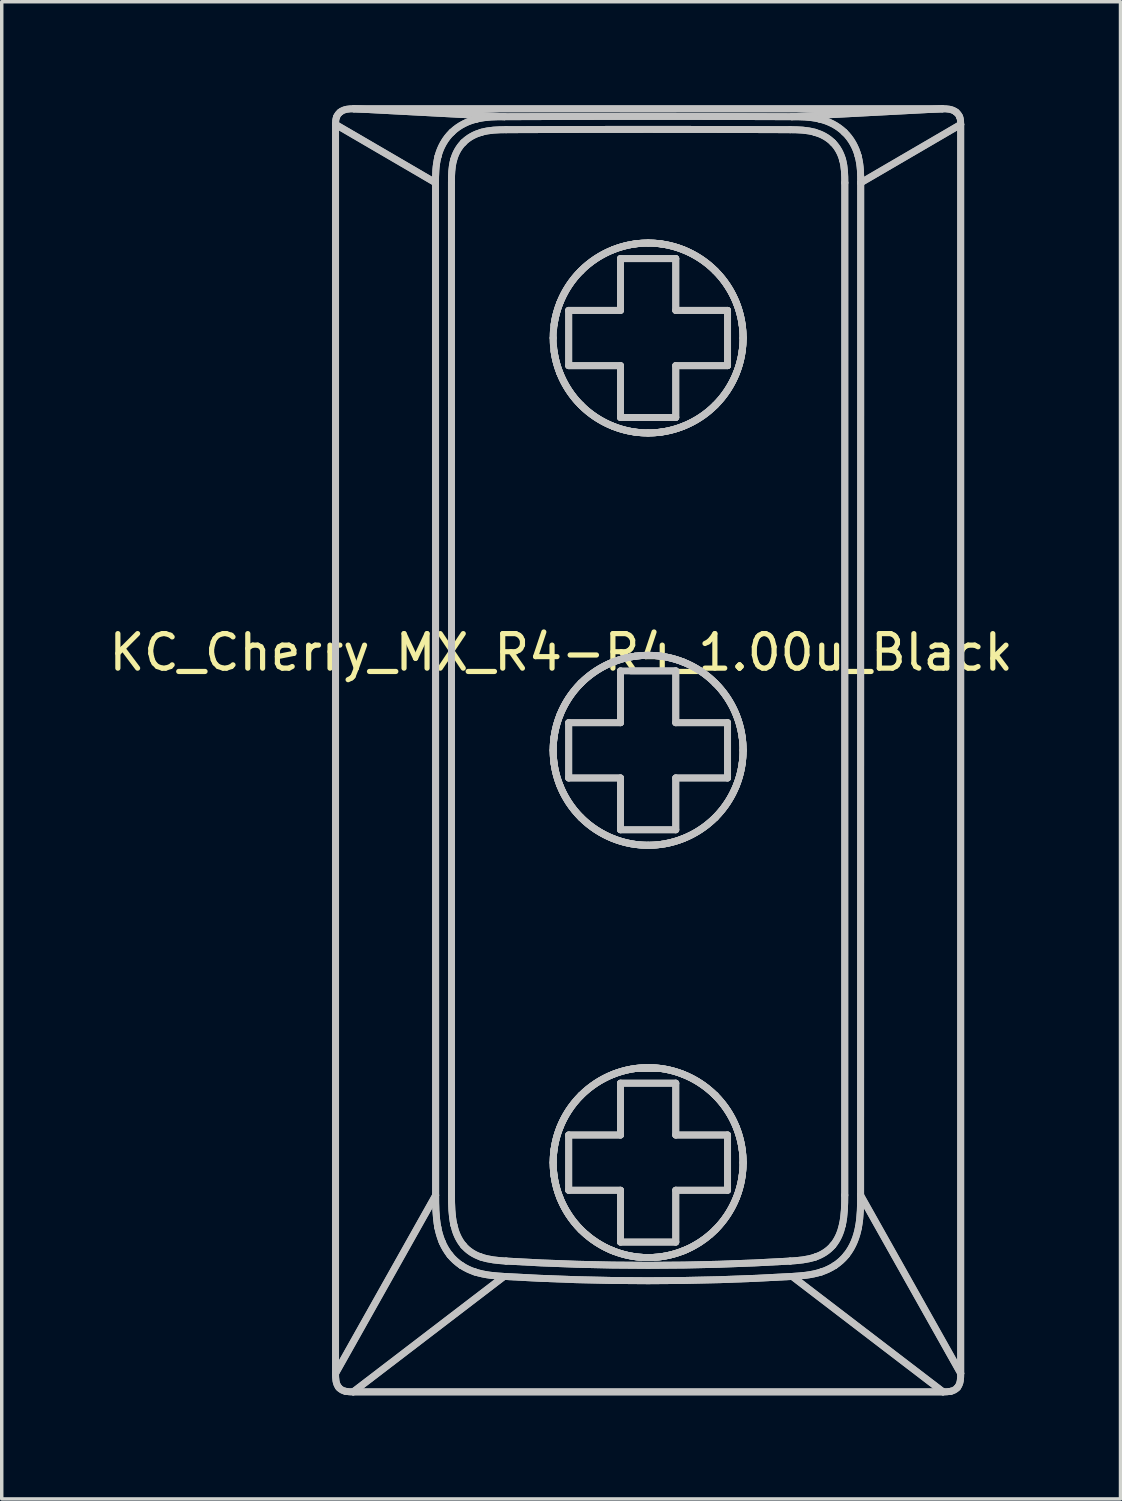
<source format=kicad_pcb>
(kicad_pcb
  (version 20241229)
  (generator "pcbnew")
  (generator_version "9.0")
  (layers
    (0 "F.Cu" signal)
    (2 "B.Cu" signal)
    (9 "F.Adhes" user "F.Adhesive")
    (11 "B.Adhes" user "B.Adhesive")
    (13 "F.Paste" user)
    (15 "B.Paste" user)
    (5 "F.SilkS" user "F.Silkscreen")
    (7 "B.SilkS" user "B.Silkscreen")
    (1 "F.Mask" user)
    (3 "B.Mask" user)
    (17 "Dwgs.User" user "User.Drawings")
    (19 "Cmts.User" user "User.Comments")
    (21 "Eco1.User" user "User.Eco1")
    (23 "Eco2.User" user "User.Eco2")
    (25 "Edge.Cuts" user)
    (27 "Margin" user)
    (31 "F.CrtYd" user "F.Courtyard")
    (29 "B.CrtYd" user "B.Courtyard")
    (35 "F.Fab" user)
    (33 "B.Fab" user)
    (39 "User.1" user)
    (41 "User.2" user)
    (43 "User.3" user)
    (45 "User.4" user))
  (footprint "KC_Cherry_MX_R4-R4_1.00u_Black"
    (layer "F.Cu")
    (at 15.736 18.635)
    (property "Reference" "KC_Cherry_MX_R4-R4_1.00u_Black" (at -2.54 -2.794 0) (layer "F.SilkS") (effects (font (size 1 1) (thickness 0.15))))
    (attr allow_missing_courtyard)
    (fp_line (start -9.07 -18.082) (end -9.07 18.081) (stroke (width 0.2) (type default)) (layer "Dwgs.User"))
    (fp_line (start -9.07 -18.082) (end -9.07 18.081) (stroke (width 0.2) (type default)) (layer "Dwgs.User"))
    (fp_line (start -9.07 -18.082) (end -6.175 -16.393) (stroke (width 0.2) (type default)) (layer "Dwgs.User"))
    (fp_line (start -9.07 -18.082) (end -6.175 -16.393) (stroke (width 0.2) (type default)) (layer "Dwgs.User"))
    (fp_line (start -9.07 18.081) (end -6.172 12.923) (stroke (width 0.2) (type default)) (layer "Dwgs.User"))
    (fp_line (start -9.07 18.081) (end -6.172 12.923) (stroke (width 0.2) (type default)) (layer "Dwgs.User"))
    (fp_line (start -8.56 18.615) (end -4.192 15.273) (stroke (width 0.2) (type default)) (layer "Dwgs.User"))
    (fp_line (start -8.56 18.615) (end -4.192 15.273) (stroke (width 0.2) (type default)) (layer "Dwgs.User"))
    (fp_line (start -8.56 18.615) (end 8.52 18.615) (stroke (width 0.2) (type default)) (layer "Dwgs.User"))
    (fp_line (start -8.56 18.615) (end 8.52 18.615) (stroke (width 0.2) (type default)) (layer "Dwgs.User"))
    (fp_line (start -8.539 -18.535) (end -4.181 -18.306) (stroke (width 0.2) (type default)) (layer "Dwgs.User"))
    (fp_line (start -8.539 -18.535) (end -4.181 -18.306) (stroke (width 0.2) (type default)) (layer "Dwgs.User"))
    (fp_line (start -6.172 12.923) (end -6.175 -16.393) (stroke (width 0.2) (type default)) (layer "Dwgs.User"))
    (fp_line (start -6.172 12.923) (end -6.175 -16.393) (stroke (width 0.2) (type default)) (layer "Dwgs.User"))
    (fp_line (start -5.713 12.921) (end -5.715 -16.395) (stroke (width 0.2) (type default)) (layer "Dwgs.User"))
    (fp_line (start -5.713 12.921) (end -5.715 -16.395) (stroke (width 0.2) (type default)) (layer "Dwgs.User"))
    (fp_line (start -2.32 -12.698) (end -0.82 -12.698) (stroke (width 0.2) (type default)) (layer "Dwgs.User"))
    (fp_line (start -2.32 -12.698) (end -0.82 -12.698) (stroke (width 0.2) (type default)) (layer "Dwgs.User"))
    (fp_line (start -2.32 -11.098) (end -2.32 -12.698) (stroke (width 0.2) (type default)) (layer "Dwgs.User"))
    (fp_line (start -2.32 -11.098) (end -2.32 -12.698) (stroke (width 0.2) (type default)) (layer "Dwgs.User"))
    (fp_line (start -2.32 -0.76) (end -0.82 -0.76) (stroke (width 0.2) (type default)) (layer "Dwgs.User"))
    (fp_line (start -2.32 -0.76) (end -0.82 -0.76) (stroke (width 0.2) (type default)) (layer "Dwgs.User"))
    (fp_line (start -2.32 0.84) (end -2.32 -0.76) (stroke (width 0.2) (type default)) (layer "Dwgs.User"))
    (fp_line (start -2.32 0.84) (end -2.32 -0.76) (stroke (width 0.2) (type default)) (layer "Dwgs.User"))
    (fp_line (start -2.32 11.178) (end -0.82 11.178) (stroke (width 0.2) (type default)) (layer "Dwgs.User"))
    (fp_line (start -2.32 11.178) (end -0.82 11.178) (stroke (width 0.2) (type default)) (layer "Dwgs.User"))
    (fp_line (start -2.32 12.778) (end -2.32 11.178) (stroke (width 0.2) (type default)) (layer "Dwgs.User"))
    (fp_line (start -2.32 12.778) (end -2.32 11.178) (stroke (width 0.2) (type default)) (layer "Dwgs.User"))
    (fp_line (start -0.82 -14.198) (end 0.78 -14.198) (stroke (width 0.2) (type default)) (layer "Dwgs.User"))
    (fp_line (start -0.82 -14.198) (end 0.78 -14.198) (stroke (width 0.2) (type default)) (layer "Dwgs.User"))
    (fp_line (start -0.82 -12.698) (end -0.82 -14.198) (stroke (width 0.2) (type default)) (layer "Dwgs.User"))
    (fp_line (start -0.82 -12.698) (end -0.82 -14.198) (stroke (width 0.2) (type default)) (layer "Dwgs.User"))
    (fp_line (start -0.82 -11.098) (end -2.32 -11.098) (stroke (width 0.2) (type default)) (layer "Dwgs.User"))
    (fp_line (start -0.82 -11.098) (end -2.32 -11.098) (stroke (width 0.2) (type default)) (layer "Dwgs.User"))
    (fp_line (start -0.82 -9.598) (end -0.82 -11.098) (stroke (width 0.2) (type default)) (layer "Dwgs.User"))
    (fp_line (start -0.82 -9.598) (end -0.82 -11.098) (stroke (width 0.2) (type default)) (layer "Dwgs.User"))
    (fp_line (start -0.82 -2.26) (end 0.78 -2.26) (stroke (width 0.2) (type default)) (layer "Dwgs.User"))
    (fp_line (start -0.82 -0.76) (end -0.82 -2.26) (stroke (width 0.2) (type default)) (layer "Dwgs.User"))
    (fp_line (start -0.82 -0.76) (end -0.82 -2.26) (stroke (width 0.2) (type default)) (layer "Dwgs.User"))
    (fp_line (start -0.82 0.84) (end -2.32 0.84) (stroke (width 0.2) (type default)) (layer "Dwgs.User"))
    (fp_line (start -0.82 0.84) (end -2.32 0.84) (stroke (width 0.2) (type default)) (layer "Dwgs.User"))
    (fp_line (start -0.82 2.34) (end -0.82 0.84) (stroke (width 0.2) (type default)) (layer "Dwgs.User"))
    (fp_line (start -0.82 2.34) (end -0.82 0.84) (stroke (width 0.2) (type default)) (layer "Dwgs.User"))
    (fp_line (start -0.82 9.678) (end 0.78 9.678) (stroke (width 0.2) (type default)) (layer "Dwgs.User"))
    (fp_line (start -0.82 9.678) (end 0.78 9.678) (stroke (width 0.2) (type default)) (layer "Dwgs.User"))
    (fp_line (start -0.82 11.178) (end -0.82 9.678) (stroke (width 0.2) (type default)) (layer "Dwgs.User"))
    (fp_line (start -0.82 11.178) (end -0.82 9.678) (stroke (width 0.2) (type default)) (layer "Dwgs.User"))
    (fp_line (start -0.82 12.778) (end -2.32 12.778) (stroke (width 0.2) (type default)) (layer "Dwgs.User"))
    (fp_line (start -0.82 12.778) (end -2.32 12.778) (stroke (width 0.2) (type default)) (layer "Dwgs.User"))
    (fp_line (start -0.82 14.278) (end -0.82 12.778) (stroke (width 0.2) (type default)) (layer "Dwgs.User"))
    (fp_line (start -0.82 14.278) (end -0.82 12.778) (stroke (width 0.2) (type default)) (layer "Dwgs.User"))
    (fp_line (start -0.52 -2.26) (end 0.78 -2.26) (stroke (width 0.2) (type default)) (layer "Dwgs.User"))
    (fp_line (start -0.395 9.253) (end 0.355 9.253) (stroke (width 0.2) (type default)) (layer "Dwgs.User"))
    (fp_line (start 0.78 -14.198) (end 0.78 -12.698) (stroke (width 0.2) (type default)) (layer "Dwgs.User"))
    (fp_line (start 0.78 -14.198) (end 0.78 -12.698) (stroke (width 0.2) (type default)) (layer "Dwgs.User"))
    (fp_line (start 0.78 -12.698) (end 2.28 -12.698) (stroke (width 0.2) (type default)) (layer "Dwgs.User"))
    (fp_line (start 0.78 -12.698) (end 2.28 -12.698) (stroke (width 0.2) (type default)) (layer "Dwgs.User"))
    (fp_line (start 0.78 -11.098) (end 0.78 -9.598) (stroke (width 0.2) (type default)) (layer "Dwgs.User"))
    (fp_line (start 0.78 -11.098) (end 0.78 -9.598) (stroke (width 0.2) (type default)) (layer "Dwgs.User"))
    (fp_line (start 0.78 -9.598) (end -0.82 -9.598) (stroke (width 0.2) (type default)) (layer "Dwgs.User"))
    (fp_line (start 0.78 -9.598) (end -0.82 -9.598) (stroke (width 0.2) (type default)) (layer "Dwgs.User"))
    (fp_line (start 0.78 -2.26) (end 0.78 -0.76) (stroke (width 0.2) (type default)) (layer "Dwgs.User"))
    (fp_line (start 0.78 -2.26) (end 0.78 -0.76) (stroke (width 0.2) (type default)) (layer "Dwgs.User"))
    (fp_line (start 0.78 -0.76) (end 2.28 -0.76) (stroke (width 0.2) (type default)) (layer "Dwgs.User"))
    (fp_line (start 0.78 -0.76) (end 2.28 -0.76) (stroke (width 0.2) (type default)) (layer "Dwgs.User"))
    (fp_line (start 0.78 0.84) (end 0.78 2.34) (stroke (width 0.2) (type default)) (layer "Dwgs.User"))
    (fp_line (start 0.78 0.84) (end 0.78 2.34) (stroke (width 0.2) (type default)) (layer "Dwgs.User"))
    (fp_line (start 0.78 2.34) (end -0.82 2.34) (stroke (width 0.2) (type default)) (layer "Dwgs.User"))
    (fp_line (start 0.78 2.34) (end -0.82 2.34) (stroke (width 0.2) (type default)) (layer "Dwgs.User"))
    (fp_line (start 0.78 9.678) (end 0.78 11.178) (stroke (width 0.2) (type default)) (layer "Dwgs.User"))
    (fp_line (start 0.78 9.678) (end 0.78 11.178) (stroke (width 0.2) (type default)) (layer "Dwgs.User"))
    (fp_line (start 0.78 11.178) (end 2.28 11.178) (stroke (width 0.2) (type default)) (layer "Dwgs.User"))
    (fp_line (start 0.78 11.178) (end 2.28 11.178) (stroke (width 0.2) (type default)) (layer "Dwgs.User"))
    (fp_line (start 0.78 12.778) (end 0.78 14.278) (stroke (width 0.2) (type default)) (layer "Dwgs.User"))
    (fp_line (start 0.78 12.778) (end 0.78 14.278) (stroke (width 0.2) (type default)) (layer "Dwgs.User"))
    (fp_line (start 0.78 14.278) (end -0.82 14.278) (stroke (width 0.2) (type default)) (layer "Dwgs.User"))
    (fp_line (start 0.78 14.278) (end -0.82 14.278) (stroke (width 0.2) (type default)) (layer "Dwgs.User"))
    (fp_line (start 2.28 -12.698) (end 2.28 -11.098) (stroke (width 0.2) (type default)) (layer "Dwgs.User"))
    (fp_line (start 2.28 -12.698) (end 2.28 -11.098) (stroke (width 0.2) (type default)) (layer "Dwgs.User"))
    (fp_line (start 2.28 -11.098) (end 0.78 -11.098) (stroke (width 0.2) (type default)) (layer "Dwgs.User"))
    (fp_line (start 2.28 -11.098) (end 0.78 -11.098) (stroke (width 0.2) (type default)) (layer "Dwgs.User"))
    (fp_line (start 2.28 -0.76) (end 2.28 0.84) (stroke (width 0.2) (type default)) (layer "Dwgs.User"))
    (fp_line (start 2.28 -0.76) (end 2.28 0.84) (stroke (width 0.2) (type default)) (layer "Dwgs.User"))
    (fp_line (start 2.28 0.84) (end 0.78 0.84) (stroke (width 0.2) (type default)) (layer "Dwgs.User"))
    (fp_line (start 2.28 0.84) (end 0.78 0.84) (stroke (width 0.2) (type default)) (layer "Dwgs.User"))
    (fp_line (start 2.28 11.178) (end 2.28 12.778) (stroke (width 0.2) (type default)) (layer "Dwgs.User"))
    (fp_line (start 2.28 11.178) (end 2.28 12.778) (stroke (width 0.2) (type default)) (layer "Dwgs.User"))
    (fp_line (start 2.28 12.778) (end 0.78 12.778) (stroke (width 0.2) (type default)) (layer "Dwgs.User"))
    (fp_line (start 2.28 12.778) (end 0.78 12.778) (stroke (width 0.2) (type default)) (layer "Dwgs.User"))
    (fp_line (start 4.152 15.273) (end 8.52 18.615) (stroke (width 0.2) (type default)) (layer "Dwgs.User"))
    (fp_line (start 4.152 15.273) (end 8.52 18.615) (stroke (width 0.2) (type default)) (layer "Dwgs.User"))
    (fp_line (start 5.675 -16.395) (end 5.673 12.921) (stroke (width 0.2) (type default)) (layer "Dwgs.User"))
    (fp_line (start 5.675 -16.395) (end 5.673 12.921) (stroke (width 0.2) (type default)) (layer "Dwgs.User"))
    (fp_line (start 6.132 12.923) (end 9.03 18.081) (stroke (width 0.2) (type default)) (layer "Dwgs.User"))
    (fp_line (start 6.132 12.923) (end 9.03 18.081) (stroke (width 0.2) (type default)) (layer "Dwgs.User"))
    (fp_line (start 6.135 -16.393) (end 6.132 12.923) (stroke (width 0.2) (type default)) (layer "Dwgs.User"))
    (fp_line (start 6.135 -16.393) (end 6.132 12.923) (stroke (width 0.2) (type default)) (layer "Dwgs.User"))
    (fp_line (start 8.499 -18.535) (end -8.539 -18.535) (stroke (width 0.2) (type default)) (layer "Dwgs.User"))
    (fp_line (start 8.499 -18.535) (end -8.539 -18.535) (stroke (width 0.2) (type default)) (layer "Dwgs.User"))
    (fp_line (start 8.499 -18.535) (end 4.141 -18.306) (stroke (width 0.2) (type default)) (layer "Dwgs.User"))
    (fp_line (start 8.499 -18.535) (end 4.141 -18.306) (stroke (width 0.2) (type default)) (layer "Dwgs.User"))
    (fp_line (start 9.03 -18.082) (end 6.135 -16.393) (stroke (width 0.2) (type default)) (layer "Dwgs.User"))
    (fp_line (start 9.03 -18.082) (end 6.135 -16.393) (stroke (width 0.2) (type default)) (layer "Dwgs.User"))
    (fp_line (start 9.03 18.081) (end 9.03 -18.082) (stroke (width 0.2) (type default)) (layer "Dwgs.User"))
    (fp_line (start 9.03 18.081) (end 9.03 -18.082) (stroke (width 0.2) (type default)) (layer "Dwgs.User"))
    (fp_curve (pts (xy -9.07 18.081) (xy -9.07 18.22) (xy -9.069 18.374) (xy -8.977 18.487)) (stroke (width 0.2) (type default)) (layer "Dwgs.User"))
    (fp_curve (pts (xy -9.07 18.081) (xy -9.07 18.22) (xy -9.069 18.374) (xy -8.977 18.487)) (stroke (width 0.2) (type default)) (layer "Dwgs.User"))
    (fp_curve (pts (xy -9.04 -18.3) (xy -9.068 -18.231) (xy -9.071 -18.155) (xy -9.07 -18.082)) (stroke (width 0.2) (type default)) (layer "Dwgs.User"))
    (fp_curve (pts (xy -9.04 -18.3) (xy -9.068 -18.231) (xy -9.071 -18.155) (xy -9.07 -18.082)) (stroke (width 0.2) (type default)) (layer "Dwgs.User"))
    (fp_curve (pts (xy -8.977 18.487) (xy -8.927 18.548) (xy -8.853 18.584) (xy -8.777 18.6)) (stroke (width 0.2) (type default)) (layer "Dwgs.User"))
    (fp_curve (pts (xy -8.977 18.487) (xy -8.927 18.548) (xy -8.853 18.584) (xy -8.777 18.6)) (stroke (width 0.2) (type default)) (layer "Dwgs.User"))
    (fp_curve (pts (xy -8.934 -18.44) (xy -8.982 -18.403) (xy -9.017 -18.356) (xy -9.04 -18.3)) (stroke (width 0.2) (type default)) (layer "Dwgs.User"))
    (fp_curve (pts (xy -8.934 -18.44) (xy -8.982 -18.403) (xy -9.017 -18.356) (xy -9.04 -18.3)) (stroke (width 0.2) (type default)) (layer "Dwgs.User"))
    (fp_curve (pts (xy -8.777 18.6) (xy -8.705 18.612) (xy -8.633 18.617) (xy -8.56 18.615)) (stroke (width 0.2) (type default)) (layer "Dwgs.User"))
    (fp_curve (pts (xy -8.777 18.6) (xy -8.705 18.612) (xy -8.633 18.617) (xy -8.56 18.615)) (stroke (width 0.2) (type default)) (layer "Dwgs.User"))
    (fp_curve (pts (xy -8.539 -18.535) (xy -8.675 -18.537) (xy -8.823 -18.528) (xy -8.934 -18.44)) (stroke (width 0.2) (type default)) (layer "Dwgs.User"))
    (fp_curve (pts (xy -8.539 -18.535) (xy -8.675 -18.537) (xy -8.823 -18.528) (xy -8.934 -18.44)) (stroke (width 0.2) (type default)) (layer "Dwgs.User"))
    (fp_curve (pts (xy -6.175 -16.393) (xy -6.175 -16.614) (xy -6.177 -16.877) (xy -6.102 -17.162)) (stroke (width 0.2) (type default)) (layer "Dwgs.User"))
    (fp_curve (pts (xy -6.175 -16.393) (xy -6.175 -16.614) (xy -6.177 -16.877) (xy -6.102 -17.162)) (stroke (width 0.2) (type default)) (layer "Dwgs.User"))
    (fp_curve (pts (xy -6.109 13.856) (xy -6.173 13.52) (xy -6.171 13.211) (xy -6.172 12.923)) (stroke (width 0.2) (type default)) (layer "Dwgs.User"))
    (fp_curve (pts (xy -6.109 13.856) (xy -6.173 13.52) (xy -6.171 13.211) (xy -6.172 12.923)) (stroke (width 0.2) (type default)) (layer "Dwgs.User"))
    (fp_curve (pts (xy -6.102 -17.162) (xy -6.038 -17.411) (xy -5.9 -17.669) (xy -5.7 -17.858)) (stroke (width 0.2) (type default)) (layer "Dwgs.User"))
    (fp_curve (pts (xy -6.102 -17.162) (xy -6.038 -17.411) (xy -5.9 -17.669) (xy -5.7 -17.858)) (stroke (width 0.2) (type default)) (layer "Dwgs.User"))
    (fp_curve (pts (xy -5.982 14.28) (xy -6.041 14.136) (xy -6.083 13.994) (xy -6.109 13.856)) (stroke (width 0.2) (type default)) (layer "Dwgs.User"))
    (fp_curve (pts (xy -5.982 14.28) (xy -6.041 14.136) (xy -6.083 13.994) (xy -6.109 13.856)) (stroke (width 0.2) (type default)) (layer "Dwgs.User"))
    (fp_curve (pts (xy -5.757 14.657) (xy -5.853 14.536) (xy -5.927 14.41) (xy -5.982 14.28)) (stroke (width 0.2) (type default)) (layer "Dwgs.User"))
    (fp_curve (pts (xy -5.757 14.657) (xy -5.853 14.536) (xy -5.927 14.41) (xy -5.982 14.28)) (stroke (width 0.2) (type default)) (layer "Dwgs.User"))
    (fp_curve (pts (xy -5.715 -16.395) (xy -5.715 -16.617) (xy -5.71 -16.842) (xy -5.651 -17.056)) (stroke (width 0.2) (type default)) (layer "Dwgs.User"))
    (fp_curve (pts (xy -5.715 -16.395) (xy -5.715 -16.617) (xy -5.71 -16.842) (xy -5.651 -17.056)) (stroke (width 0.2) (type default)) (layer "Dwgs.User"))
    (fp_curve (pts (xy -5.7 -17.858) (xy -5.492 -18.059) (xy -5.234 -18.178) (xy -4.991 -18.236)) (stroke (width 0.2) (type default)) (layer "Dwgs.User"))
    (fp_curve (pts (xy -5.7 -17.858) (xy -5.492 -18.059) (xy -5.234 -18.178) (xy -4.991 -18.236)) (stroke (width 0.2) (type default)) (layer "Dwgs.User"))
    (fp_curve (pts (xy -5.651 -17.056) (xy -5.6 -17.244) (xy -5.504 -17.42) (xy -5.369 -17.556)) (stroke (width 0.2) (type default)) (layer "Dwgs.User"))
    (fp_curve (pts (xy -5.651 -17.056) (xy -5.6 -17.244) (xy -5.504 -17.42) (xy -5.369 -17.556)) (stroke (width 0.2) (type default)) (layer "Dwgs.User"))
    (fp_curve (pts (xy -5.645 13.779) (xy -5.707 13.498) (xy -5.713 13.208) (xy -5.713 12.921)) (stroke (width 0.2) (type default)) (layer "Dwgs.User"))
    (fp_curve (pts (xy -5.645 13.779) (xy -5.707 13.498) (xy -5.713 13.208) (xy -5.713 12.921)) (stroke (width 0.2) (type default)) (layer "Dwgs.User"))
    (fp_curve (pts (xy -5.428 14.955) (xy -5.55 14.875) (xy -5.665 14.771) (xy -5.757 14.657)) (stroke (width 0.2) (type default)) (layer "Dwgs.User"))
    (fp_curve (pts (xy -5.428 14.955) (xy -5.55 14.875) (xy -5.665 14.771) (xy -5.757 14.657)) (stroke (width 0.2) (type default)) (layer "Dwgs.User"))
    (fp_curve (pts (xy -5.369 -17.556) (xy -5.226 -17.701) (xy -5.044 -17.799) (xy -4.851 -17.854)) (stroke (width 0.2) (type default)) (layer "Dwgs.User"))
    (fp_curve (pts (xy -5.369 -17.556) (xy -5.226 -17.701) (xy -5.044 -17.799) (xy -4.851 -17.854)) (stroke (width 0.2) (type default)) (layer "Dwgs.User"))
    (fp_curve (pts (xy -5.366 14.377) (xy -5.51 14.208) (xy -5.597 13.996) (xy -5.645 13.779)) (stroke (width 0.2) (type default)) (layer "Dwgs.User"))
    (fp_curve (pts (xy -5.366 14.377) (xy -5.51 14.208) (xy -5.597 13.996) (xy -5.645 13.779)) (stroke (width 0.2) (type default)) (layer "Dwgs.User"))
    (fp_curve (pts (xy -5.034 15.143) (xy -5.166 15.101) (xy -5.298 15.039) (xy -5.428 14.955)) (stroke (width 0.2) (type default)) (layer "Dwgs.User"))
    (fp_curve (pts (xy -5.034 15.143) (xy -5.166 15.101) (xy -5.298 15.039) (xy -5.428 14.955)) (stroke (width 0.2) (type default)) (layer "Dwgs.User"))
    (fp_curve (pts (xy -4.991 -18.236) (xy -4.698 -18.307) (xy -4.424 -18.305) (xy -4.181 -18.306)) (stroke (width 0.2) (type default)) (layer "Dwgs.User"))
    (fp_curve (pts (xy -4.991 -18.236) (xy -4.698 -18.307) (xy -4.424 -18.305) (xy -4.181 -18.306)) (stroke (width 0.2) (type default)) (layer "Dwgs.User"))
    (fp_curve (pts (xy -4.863 14.71) (xy -5.055 14.645) (xy -5.234 14.533) (xy -5.366 14.377)) (stroke (width 0.2) (type default)) (layer "Dwgs.User"))
    (fp_curve (pts (xy -4.863 14.71) (xy -5.055 14.645) (xy -5.234 14.533) (xy -5.366 14.377)) (stroke (width 0.2) (type default)) (layer "Dwgs.User"))
    (fp_curve (pts (xy -4.851 -17.854) (xy -4.619 -17.921) (xy -4.375 -17.929) (xy -4.134 -17.93)) (stroke (width 0.2) (type default)) (layer "Dwgs.User"))
    (fp_curve (pts (xy -4.851 -17.854) (xy -4.619 -17.921) (xy -4.375 -17.929) (xy -4.134 -17.93)) (stroke (width 0.2) (type default)) (layer "Dwgs.User"))
    (fp_curve (pts (xy -4.192 15.273) (xy -4.443 15.256) (xy -4.724 15.242) (xy -5.034 15.143)) (stroke (width 0.2) (type default)) (layer "Dwgs.User"))
    (fp_curve (pts (xy -4.192 15.273) (xy -4.443 15.256) (xy -4.724 15.242) (xy -5.034 15.143)) (stroke (width 0.2) (type default)) (layer "Dwgs.User"))
    (fp_curve (pts (xy -4.181 -18.306) (xy -1.421 -18.318) (xy 1.381 -18.318) (xy 4.141 -18.306)) (stroke (width 0.2) (type default)) (layer "Dwgs.User"))
    (fp_curve (pts (xy -4.181 -18.306) (xy -1.421 -18.318) (xy 1.381 -18.318) (xy 4.141 -18.306)) (stroke (width 0.2) (type default)) (layer "Dwgs.User"))
    (fp_curve (pts (xy -4.134 -17.93) (xy -1.405 -17.942) (xy 1.365 -17.942) (xy 4.094 -17.93)) (stroke (width 0.2) (type default)) (layer "Dwgs.User"))
    (fp_curve (pts (xy -4.134 -17.93) (xy -1.405 -17.942) (xy 1.365 -17.942) (xy 4.094 -17.93)) (stroke (width 0.2) (type default)) (layer "Dwgs.User"))
    (fp_curve (pts (xy -4.131 14.828) (xy -4.379 14.813) (xy -4.628 14.791) (xy -4.863 14.71)) (stroke (width 0.2) (type default)) (layer "Dwgs.User"))
    (fp_curve (pts (xy -4.131 14.828) (xy -4.379 14.813) (xy -4.628 14.791) (xy -4.863 14.71)) (stroke (width 0.2) (type default)) (layer "Dwgs.User"))
    (fp_curve (pts (xy -2.77 -11.899) (xy -2.77 -11.575) (xy -2.711 -11.225) (xy -2.577 -10.886)) (stroke (width 0.2) (type default)) (layer "Dwgs.User"))
    (fp_curve (pts (xy -2.77 -11.899) (xy -2.77 -11.575) (xy -2.711 -11.225) (xy -2.577 -10.886)) (stroke (width 0.2) (type default)) (layer "Dwgs.User"))
    (fp_curve (pts (xy -2.77 0.039) (xy -2.77 0.363) (xy -2.711 0.713) (xy -2.577 1.052)) (stroke (width 0.2) (type default)) (layer "Dwgs.User"))
    (fp_curve (pts (xy -2.77 0.039) (xy -2.77 0.363) (xy -2.711 0.713) (xy -2.577 1.052)) (stroke (width 0.2) (type default)) (layer "Dwgs.User"))
    (fp_curve (pts (xy -2.77 11.977) (xy -2.77 12.301) (xy -2.711 12.651) (xy -2.577 12.99)) (stroke (width 0.2) (type default)) (layer "Dwgs.User"))
    (fp_curve (pts (xy -2.77 11.977) (xy -2.77 12.301) (xy -2.711 12.651) (xy -2.577 12.99)) (stroke (width 0.2) (type default)) (layer "Dwgs.User"))
    (fp_curve (pts (xy -2.744 0.414) (xy -2.665 1.003) (xy -2.386 1.564) (xy -1.965 1.984)) (stroke (width 0.2) (type default)) (layer "Dwgs.User"))
    (fp_curve (pts (xy -2.744 0.414) (xy -2.665 1.003) (xy -2.386 1.564) (xy -1.965 1.984)) (stroke (width 0.2) (type default)) (layer "Dwgs.User"))
    (fp_curve (pts (xy -2.744 -12.274) (xy -2.664 -12.863) (xy -2.386 -13.424) (xy -1.965 -13.843)) (stroke (width 0.2) (type default)) (layer "Dwgs.User"))
    (fp_curve (pts (xy -2.744 -12.274) (xy -2.664 -12.863) (xy -2.386 -13.424) (xy -1.965 -13.843)) (stroke (width 0.2) (type default)) (layer "Dwgs.User"))
    (fp_curve (pts (xy -2.744 -0.336) (xy -2.779 -0.086) (xy -2.779 0.164) (xy -2.744 0.414)) (stroke (width 0.2) (type default)) (layer "Dwgs.User"))
    (fp_curve (pts (xy -2.744 -0.336) (xy -2.779 -0.086) (xy -2.779 0.164) (xy -2.744 0.414)) (stroke (width 0.2) (type default)) (layer "Dwgs.User"))
    (fp_curve (pts (xy -2.744 11.602) (xy -2.779 11.852) (xy -2.779 12.102) (xy -2.744 12.352)) (stroke (width 0.2) (type default)) (layer "Dwgs.User"))
    (fp_curve (pts (xy -2.744 11.602) (xy -2.779 11.852) (xy -2.779 12.102) (xy -2.744 12.352)) (stroke (width 0.2) (type default)) (layer "Dwgs.User"))
    (fp_curve (pts (xy -2.744 11.602) (xy -2.664 11.013) (xy -2.386 10.452) (xy -1.965 10.033)) (stroke (width 0.2) (type default)) (layer "Dwgs.User"))
    (fp_curve (pts (xy -2.744 11.602) (xy -2.664 11.013) (xy -2.386 10.452) (xy -1.965 10.033)) (stroke (width 0.2) (type default)) (layer "Dwgs.User"))
    (fp_curve (pts (xy -2.577 -12.911) (xy -2.711 -12.572) (xy -2.77 -12.222) (xy -2.77 -11.899)) (stroke (width 0.2) (type default)) (layer "Dwgs.User"))
    (fp_curve (pts (xy -2.577 -12.911) (xy -2.711 -12.572) (xy -2.77 -12.222) (xy -2.77 -11.899)) (stroke (width 0.2) (type default)) (layer "Dwgs.User"))
    (fp_curve (pts (xy -2.577 -10.886) (xy -2.444 -10.548) (xy -2.234 -10.222) (xy -1.965 -9.954)) (stroke (width 0.2) (type default)) (layer "Dwgs.User"))
    (fp_curve (pts (xy -2.577 -10.886) (xy -2.444 -10.548) (xy -2.234 -10.222) (xy -1.965 -9.954)) (stroke (width 0.2) (type default)) (layer "Dwgs.User"))
    (fp_curve (pts (xy -2.577 -0.973) (xy -2.711 -0.634) (xy -2.77 -0.284) (xy -2.77 0.039)) (stroke (width 0.2) (type default)) (layer "Dwgs.User"))
    (fp_curve (pts (xy -2.577 -0.973) (xy -2.711 -0.634) (xy -2.77 -0.284) (xy -2.77 0.039)) (stroke (width 0.2) (type default)) (layer "Dwgs.User"))
    (fp_curve (pts (xy -2.577 1.052) (xy -2.444 1.39) (xy -2.234 1.716) (xy -1.965 1.984)) (stroke (width 0.2) (type default)) (layer "Dwgs.User"))
    (fp_curve (pts (xy -2.577 1.052) (xy -2.444 1.39) (xy -2.234 1.716) (xy -1.965 1.984)) (stroke (width 0.2) (type default)) (layer "Dwgs.User"))
    (fp_curve (pts (xy -2.577 10.965) (xy -2.711 11.304) (xy -2.77 11.654) (xy -2.77 11.977)) (stroke (width 0.2) (type default)) (layer "Dwgs.User"))
    (fp_curve (pts (xy -2.577 10.965) (xy -2.711 11.304) (xy -2.77 11.654) (xy -2.77 11.977)) (stroke (width 0.2) (type default)) (layer "Dwgs.User"))
    (fp_curve (pts (xy -2.577 12.99) (xy -2.444 13.328) (xy -2.234 13.654) (xy -1.965 13.922)) (stroke (width 0.2) (type default)) (layer "Dwgs.User"))
    (fp_curve (pts (xy -2.577 12.99) (xy -2.444 13.328) (xy -2.234 13.654) (xy -1.965 13.922)) (stroke (width 0.2) (type default)) (layer "Dwgs.User"))
    (fp_curve (pts (xy -1.965 -13.843) (xy -2.234 -13.575) (xy -2.444 -13.249) (xy -2.577 -12.911)) (stroke (width 0.2) (type default)) (layer "Dwgs.User"))
    (fp_curve (pts (xy -1.965 -13.843) (xy -2.234 -13.575) (xy -2.444 -13.249) (xy -2.577 -12.911)) (stroke (width 0.2) (type default)) (layer "Dwgs.User"))
    (fp_curve (pts (xy -1.965 -13.843) (xy -1.545 -14.265) (xy -0.984 -14.543) (xy -0.395 -14.623)) (stroke (width 0.2) (type default)) (layer "Dwgs.User"))
    (fp_curve (pts (xy -1.965 -13.843) (xy -1.545 -14.265) (xy -0.984 -14.543) (xy -0.395 -14.623)) (stroke (width 0.2) (type default)) (layer "Dwgs.User"))
    (fp_curve (pts (xy -1.965 -9.954) (xy -2.386 -10.374) (xy -2.665 -10.935) (xy -2.744 -11.524)) (stroke (width 0.2) (type default)) (layer "Dwgs.User"))
    (fp_curve (pts (xy -1.965 -9.954) (xy -2.386 -10.374) (xy -2.665 -10.935) (xy -2.744 -11.524)) (stroke (width 0.2) (type default)) (layer "Dwgs.User"))
    (fp_curve (pts (xy -1.965 -9.954) (xy -1.696 -9.685) (xy -1.371 -9.475) (xy -1.032 -9.342)) (stroke (width 0.2) (type default)) (layer "Dwgs.User"))
    (fp_curve (pts (xy -1.965 -9.954) (xy -1.696 -9.685) (xy -1.371 -9.475) (xy -1.032 -9.342)) (stroke (width 0.2) (type default)) (layer "Dwgs.User"))
    (fp_curve (pts (xy -1.965 -1.905) (xy -2.386 -1.486) (xy -2.664 -0.925) (xy -2.744 -0.336)) (stroke (width 0.2) (type default)) (layer "Dwgs.User"))
    (fp_curve (pts (xy -1.965 -1.905) (xy -2.386 -1.486) (xy -2.664 -0.925) (xy -2.744 -0.336)) (stroke (width 0.2) (type default)) (layer "Dwgs.User"))
    (fp_curve (pts (xy -1.965 -1.905) (xy -2.234 -1.637) (xy -2.444 -1.311) (xy -2.577 -0.973)) (stroke (width 0.2) (type default)) (layer "Dwgs.User"))
    (fp_curve (pts (xy -1.965 -1.905) (xy -2.234 -1.637) (xy -2.444 -1.311) (xy -2.577 -0.973)) (stroke (width 0.2) (type default)) (layer "Dwgs.User"))
    (fp_curve (pts (xy -1.965 1.984) (xy -1.696 2.253) (xy -1.371 2.463) (xy -1.032 2.596)) (stroke (width 0.2) (type default)) (layer "Dwgs.User"))
    (fp_curve (pts (xy -1.965 1.984) (xy -1.696 2.253) (xy -1.371 2.463) (xy -1.032 2.596)) (stroke (width 0.2) (type default)) (layer "Dwgs.User"))
    (fp_curve (pts (xy -1.965 1.984) (xy -1.545 2.406) (xy -0.984 2.684) (xy -0.395 2.764)) (stroke (width 0.2) (type default)) (layer "Dwgs.User"))
    (fp_curve (pts (xy -1.965 1.984) (xy -1.545 2.406) (xy -0.984 2.684) (xy -0.395 2.764)) (stroke (width 0.2) (type default)) (layer "Dwgs.User"))
    (fp_curve (pts (xy -1.965 10.033) (xy -2.234 10.301) (xy -2.444 10.627) (xy -2.577 10.965)) (stroke (width 0.2) (type default)) (layer "Dwgs.User"))
    (fp_curve (pts (xy -1.965 10.033) (xy -2.234 10.301) (xy -2.444 10.627) (xy -2.577 10.965)) (stroke (width 0.2) (type default)) (layer "Dwgs.User"))
    (fp_curve (pts (xy -1.965 10.033) (xy -1.545 9.611) (xy -0.984 9.333) (xy -0.395 9.253)) (stroke (width 0.2) (type default)) (layer "Dwgs.User"))
    (fp_curve (pts (xy -1.965 10.033) (xy -1.545 9.611) (xy -0.984 9.333) (xy -0.395 9.253)) (stroke (width 0.2) (type default)) (layer "Dwgs.User"))
    (fp_curve (pts (xy -1.965 13.922) (xy -1.696 14.191) (xy -1.371 14.401) (xy -1.032 14.534)) (stroke (width 0.2) (type default)) (layer "Dwgs.User"))
    (fp_curve (pts (xy -1.965 13.922) (xy -1.696 14.191) (xy -1.371 14.401) (xy -1.032 14.534)) (stroke (width 0.2) (type default)) (layer "Dwgs.User"))
    (fp_curve (pts (xy -1.815 14.06) (xy -2.32 13.628) (xy -2.656 13.009) (xy -2.744 12.352)) (stroke (width 0.2) (type default)) (layer "Dwgs.User"))
    (fp_curve (pts (xy -1.815 14.06) (xy -2.32 13.628) (xy -2.656 13.009) (xy -2.744 12.352)) (stroke (width 0.2) (type default)) (layer "Dwgs.User"))
    (fp_curve (pts (xy -1.815 14.06) (xy -1.632 14.219) (xy -1.398 14.378) (xy -1.111 14.502)) (stroke (width 0.2) (type default)) (layer "Dwgs.User"))
    (fp_curve (pts (xy -1.815 14.06) (xy -1.632 14.219) (xy -1.398 14.378) (xy -1.111 14.502)) (stroke (width 0.2) (type default)) (layer "Dwgs.User"))
    (fp_curve (pts (xy -1.111 14.502) (xy -0.815 14.63) (xy -0.444 14.727) (xy -0.02 14.727)) (stroke (width 0.2) (type default)) (layer "Dwgs.User"))
    (fp_curve (pts (xy -1.111 14.502) (xy -0.815 14.63) (xy -0.444 14.727) (xy -0.02 14.727)) (stroke (width 0.2) (type default)) (layer "Dwgs.User"))
    (fp_curve (pts (xy -1.032 -14.456) (xy -1.371 -14.322) (xy -1.696 -14.112) (xy -1.965 -13.843)) (stroke (width 0.2) (type default)) (layer "Dwgs.User"))
    (fp_curve (pts (xy -1.032 -14.456) (xy -1.371 -14.322) (xy -1.696 -14.112) (xy -1.965 -13.843)) (stroke (width 0.2) (type default)) (layer "Dwgs.User"))
    (fp_curve (pts (xy -1.032 -9.342) (xy -0.693 -9.207) (xy -0.344 -9.148) (xy -0.02 -9.149)) (stroke (width 0.2) (type default)) (layer "Dwgs.User"))
    (fp_curve (pts (xy -1.032 -9.342) (xy -0.693 -9.207) (xy -0.344 -9.148) (xy -0.02 -9.149)) (stroke (width 0.2) (type default)) (layer "Dwgs.User"))
    (fp_curve (pts (xy -1.032 -2.518) (xy -1.371 -2.384) (xy -1.696 -2.174) (xy -1.965 -1.905)) (stroke (width 0.2) (type default)) (layer "Dwgs.User"))
    (fp_curve (pts (xy -1.032 -2.518) (xy -1.371 -2.384) (xy -1.696 -2.174) (xy -1.965 -1.905)) (stroke (width 0.2) (type default)) (layer "Dwgs.User"))
    (fp_curve (pts (xy -1.032 2.596) (xy -0.693 2.731) (xy -0.344 2.79) (xy -0.02 2.789)) (stroke (width 0.2) (type default)) (layer "Dwgs.User"))
    (fp_curve (pts (xy -1.032 2.596) (xy -0.693 2.731) (xy -0.344 2.79) (xy -0.02 2.789)) (stroke (width 0.2) (type default)) (layer "Dwgs.User"))
    (fp_curve (pts (xy -1.032 9.42) (xy -1.371 9.554) (xy -1.696 9.764) (xy -1.965 10.033)) (stroke (width 0.2) (type default)) (layer "Dwgs.User"))
    (fp_curve (pts (xy -1.032 9.42) (xy -1.371 9.554) (xy -1.696 9.764) (xy -1.965 10.033)) (stroke (width 0.2) (type default)) (layer "Dwgs.User"))
    (fp_curve (pts (xy -1.032 14.534) (xy -0.693 14.669) (xy -0.344 14.728) (xy -0.02 14.727)) (stroke (width 0.2) (type default)) (layer "Dwgs.User"))
    (fp_curve (pts (xy -1.032 14.534) (xy -0.693 14.669) (xy -0.344 14.728) (xy -0.02 14.727)) (stroke (width 0.2) (type default)) (layer "Dwgs.User"))
    (fp_curve (pts (xy -0.395 -14.623) (xy -0.145 -14.657) (xy 0.105 -14.657) (xy 0.355 -14.623)) (stroke (width 0.2) (type default)) (layer "Dwgs.User"))
    (fp_curve (pts (xy -0.395 -14.623) (xy -0.145 -14.657) (xy 0.105 -14.657) (xy 0.355 -14.623)) (stroke (width 0.2) (type default)) (layer "Dwgs.User"))
    (fp_curve (pts (xy -0.395 -9.174) (xy -0.984 -9.254) (xy -1.545 -9.532) (xy -1.965 -9.954)) (stroke (width 0.2) (type default)) (layer "Dwgs.User"))
    (fp_curve (pts (xy -0.395 -9.174) (xy -0.984 -9.254) (xy -1.545 -9.532) (xy -1.965 -9.954)) (stroke (width 0.2) (type default)) (layer "Dwgs.User"))
    (fp_curve (pts (xy -0.395 -2.685) (xy -0.984 -2.605) (xy -1.545 -2.327) (xy -1.965 -1.905)) (stroke (width 0.2) (type default)) (layer "Dwgs.User"))
    (fp_curve (pts (xy -0.395 -2.685) (xy -0.984 -2.605) (xy -1.545 -2.327) (xy -1.965 -1.905)) (stroke (width 0.2) (type default)) (layer "Dwgs.User"))
    (fp_curve (pts (xy -0.395 -2.685) (xy -0.145 -2.719) (xy 0.105 -2.719) (xy 0.355 -2.685)) (stroke (width 0.2) (type default)) (layer "Dwgs.User"))
    (fp_curve (pts (xy -0.395 -2.685) (xy -0.145 -2.719) (xy 0.105 -2.719) (xy 0.355 -2.685)) (stroke (width 0.2) (type default)) (layer "Dwgs.User"))
    (fp_curve (pts (xy -0.395 2.764) (xy -0.145 2.798) (xy 0.105 2.798) (xy 0.355 2.764)) (stroke (width 0.2) (type default)) (layer "Dwgs.User"))
    (fp_curve (pts (xy -0.395 2.764) (xy -0.145 2.798) (xy 0.105 2.798) (xy 0.355 2.764)) (stroke (width 0.2) (type default)) (layer "Dwgs.User"))
    (fp_curve (pts (xy -0.02 -14.649) (xy -0.344 -14.649) (xy -0.693 -14.59) (xy -1.032 -14.456)) (stroke (width 0.2) (type default)) (layer "Dwgs.User"))
    (fp_curve (pts (xy -0.02 -14.649) (xy -0.344 -14.649) (xy -0.693 -14.59) (xy -1.032 -14.456)) (stroke (width 0.2) (type default)) (layer "Dwgs.User"))
    (fp_curve (pts (xy -0.02 -9.149) (xy 0.304 -9.148) (xy 0.653 -9.207) (xy 0.992 -9.342)) (stroke (width 0.2) (type default)) (layer "Dwgs.User"))
    (fp_curve (pts (xy -0.02 -9.149) (xy 0.304 -9.148) (xy 0.653 -9.207) (xy 0.992 -9.342)) (stroke (width 0.2) (type default)) (layer "Dwgs.User"))
    (fp_curve (pts (xy -0.02 -2.711) (xy -0.344 -2.711) (xy -0.693 -2.652) (xy -1.032 -2.518)) (stroke (width 0.2) (type default)) (layer "Dwgs.User"))
    (fp_curve (pts (xy -0.02 -2.711) (xy -0.344 -2.711) (xy -0.693 -2.652) (xy -1.032 -2.518)) (stroke (width 0.2) (type default)) (layer "Dwgs.User"))
    (fp_curve (pts (xy -0.02 2.789) (xy 0.304 2.79) (xy 0.653 2.731) (xy 0.992 2.596)) (stroke (width 0.2) (type default)) (layer "Dwgs.User"))
    (fp_curve (pts (xy -0.02 2.789) (xy 0.304 2.79) (xy 0.653 2.731) (xy 0.992 2.596)) (stroke (width 0.2) (type default)) (layer "Dwgs.User"))
    (fp_curve (pts (xy -0.02 9.227) (xy -0.344 9.227) (xy -0.693 9.286) (xy -1.032 9.42)) (stroke (width 0.2) (type default)) (layer "Dwgs.User"))
    (fp_curve (pts (xy -0.02 9.227) (xy -0.344 9.227) (xy -0.693 9.286) (xy -1.032 9.42)) (stroke (width 0.2) (type default)) (layer "Dwgs.User"))
    (fp_curve (pts (xy -0.02 14.727) (xy 0.304 14.728) (xy 0.653 14.669) (xy 0.992 14.534)) (stroke (width 0.2) (type default)) (layer "Dwgs.User"))
    (fp_curve (pts (xy -0.02 14.727) (xy 0.304 14.728) (xy 0.653 14.669) (xy 0.992 14.534)) (stroke (width 0.2) (type default)) (layer "Dwgs.User"))
    (fp_curve (pts (xy -0.02 14.727) (xy 0.404 14.727) (xy 0.775 14.63) (xy 1.071 14.502)) (stroke (width 0.2) (type default)) (layer "Dwgs.User"))
    (fp_curve (pts (xy -0.02 14.727) (xy 0.404 14.727) (xy 0.775 14.63) (xy 1.071 14.502)) (stroke (width 0.2) (type default)) (layer "Dwgs.User"))
    (fp_curve (pts (xy 0.355 -14.623) (xy 0.944 -14.543) (xy 1.505 -14.265) (xy 1.925 -13.843)) (stroke (width 0.2) (type default)) (layer "Dwgs.User"))
    (fp_curve (pts (xy 0.355 -14.623) (xy 0.944 -14.543) (xy 1.505 -14.265) (xy 1.925 -13.843)) (stroke (width 0.2) (type default)) (layer "Dwgs.User"))
    (fp_curve (pts (xy 0.355 -9.174) (xy 0.105 -9.14) (xy -0.145 -9.14) (xy -0.395 -9.174)) (stroke (width 0.2) (type default)) (layer "Dwgs.User"))
    (fp_curve (pts (xy 0.355 -9.174) (xy 0.105 -9.14) (xy -0.145 -9.14) (xy -0.395 -9.174)) (stroke (width 0.2) (type default)) (layer "Dwgs.User"))
    (fp_curve (pts (xy 0.355 2.764) (xy 0.944 2.684) (xy 1.505 2.406) (xy 1.925 1.984)) (stroke (width 0.2) (type default)) (layer "Dwgs.User"))
    (fp_curve (pts (xy 0.355 2.764) (xy 0.944 2.684) (xy 1.505 2.406) (xy 1.925 1.984)) (stroke (width 0.2) (type default)) (layer "Dwgs.User"))
    (fp_curve (pts (xy 0.355 9.253) (xy 0.105 9.219) (xy -0.145 9.219) (xy -0.395 9.253)) (stroke (width 0.2) (type default)) (layer "Dwgs.User"))
    (fp_curve (pts (xy 0.355 9.253) (xy 0.105 9.219) (xy -0.145 9.219) (xy -0.395 9.253)) (stroke (width 0.2) (type default)) (layer "Dwgs.User"))
    (fp_curve (pts (xy 0.355 9.253) (xy 0.944 9.333) (xy 1.505 9.611) (xy 1.925 10.033)) (stroke (width 0.2) (type default)) (layer "Dwgs.User"))
    (fp_curve (pts (xy 0.355 9.253) (xy 0.944 9.333) (xy 1.505 9.611) (xy 1.925 10.033)) (stroke (width 0.2) (type default)) (layer "Dwgs.User"))
    (fp_curve (pts (xy 0.992 -14.456) (xy 0.653 -14.59) (xy 0.304 -14.649) (xy -0.02 -14.649)) (stroke (width 0.2) (type default)) (layer "Dwgs.User"))
    (fp_curve (pts (xy 0.992 -14.456) (xy 0.653 -14.59) (xy 0.304 -14.649) (xy -0.02 -14.649)) (stroke (width 0.2) (type default)) (layer "Dwgs.User"))
    (fp_curve (pts (xy 0.992 -9.342) (xy 1.331 -9.475) (xy 1.656 -9.685) (xy 1.925 -9.954)) (stroke (width 0.2) (type default)) (layer "Dwgs.User"))
    (fp_curve (pts (xy 0.992 -9.342) (xy 1.331 -9.475) (xy 1.656 -9.685) (xy 1.925 -9.954)) (stroke (width 0.2) (type default)) (layer "Dwgs.User"))
    (fp_curve (pts (xy 0.992 -2.518) (xy 0.653 -2.652) (xy 0.304 -2.711) (xy -0.02 -2.711)) (stroke (width 0.2) (type default)) (layer "Dwgs.User"))
    (fp_curve (pts (xy 0.992 -2.518) (xy 0.653 -2.652) (xy 0.304 -2.711) (xy -0.02 -2.711)) (stroke (width 0.2) (type default)) (layer "Dwgs.User"))
    (fp_curve (pts (xy 0.992 2.596) (xy 1.331 2.463) (xy 1.656 2.253) (xy 1.925 1.984)) (stroke (width 0.2) (type default)) (layer "Dwgs.User"))
    (fp_curve (pts (xy 0.992 2.596) (xy 1.331 2.463) (xy 1.656 2.253) (xy 1.925 1.984)) (stroke (width 0.2) (type default)) (layer "Dwgs.User"))
    (fp_curve (pts (xy 0.992 9.42) (xy 0.653 9.286) (xy 0.304 9.227) (xy -0.02 9.227)) (stroke (width 0.2) (type default)) (layer "Dwgs.User"))
    (fp_curve (pts (xy 0.992 9.42) (xy 0.653 9.286) (xy 0.304 9.227) (xy -0.02 9.227)) (stroke (width 0.2) (type default)) (layer "Dwgs.User"))
    (fp_curve (pts (xy 0.992 14.534) (xy 1.331 14.401) (xy 1.656 14.191) (xy 1.925 13.922)) (stroke (width 0.2) (type default)) (layer "Dwgs.User"))
    (fp_curve (pts (xy 0.992 14.534) (xy 1.331 14.401) (xy 1.656 14.191) (xy 1.925 13.922)) (stroke (width 0.2) (type default)) (layer "Dwgs.User"))
    (fp_curve (pts (xy 1.071 14.502) (xy 1.358 14.378) (xy 1.592 14.219) (xy 1.775 14.06)) (stroke (width 0.2) (type default)) (layer "Dwgs.User"))
    (fp_curve (pts (xy 1.071 14.502) (xy 1.358 14.378) (xy 1.592 14.219) (xy 1.775 14.06)) (stroke (width 0.2) (type default)) (layer "Dwgs.User"))
    (fp_curve (pts (xy 1.925 -13.843) (xy 1.656 -14.112) (xy 1.331 -14.322) (xy 0.992 -14.456)) (stroke (width 0.2) (type default)) (layer "Dwgs.User"))
    (fp_curve (pts (xy 1.925 -13.843) (xy 1.656 -14.112) (xy 1.331 -14.322) (xy 0.992 -14.456)) (stroke (width 0.2) (type default)) (layer "Dwgs.User"))
    (fp_curve (pts (xy 1.925 -13.843) (xy 2.346 -13.424) (xy 2.624 -12.863) (xy 2.704 -12.274)) (stroke (width 0.2) (type default)) (layer "Dwgs.User"))
    (fp_curve (pts (xy 1.925 -13.843) (xy 2.346 -13.424) (xy 2.624 -12.863) (xy 2.704 -12.274)) (stroke (width 0.2) (type default)) (layer "Dwgs.User"))
    (fp_curve (pts (xy 1.925 -9.954) (xy 1.505 -9.532) (xy 0.944 -9.254) (xy 0.355 -9.174)) (stroke (width 0.2) (type default)) (layer "Dwgs.User"))
    (fp_curve (pts (xy 1.925 -9.954) (xy 1.505 -9.532) (xy 0.944 -9.254) (xy 0.355 -9.174)) (stroke (width 0.2) (type default)) (layer "Dwgs.User"))
    (fp_curve (pts (xy 1.925 -9.954) (xy 2.194 -10.222) (xy 2.404 -10.548) (xy 2.537 -10.886)) (stroke (width 0.2) (type default)) (layer "Dwgs.User"))
    (fp_curve (pts (xy 1.925 -9.954) (xy 2.194 -10.222) (xy 2.404 -10.548) (xy 2.537 -10.886)) (stroke (width 0.2) (type default)) (layer "Dwgs.User"))
    (fp_curve (pts (xy 1.925 -1.905) (xy 1.505 -2.327) (xy 0.944 -2.605) (xy 0.355 -2.685)) (stroke (width 0.2) (type default)) (layer "Dwgs.User"))
    (fp_curve (pts (xy 1.925 -1.905) (xy 1.505 -2.327) (xy 0.944 -2.605) (xy 0.355 -2.685)) (stroke (width 0.2) (type default)) (layer "Dwgs.User"))
    (fp_curve (pts (xy 1.925 -1.905) (xy 1.656 -2.174) (xy 1.331 -2.384) (xy 0.992 -2.518)) (stroke (width 0.2) (type default)) (layer "Dwgs.User"))
    (fp_curve (pts (xy 1.925 -1.905) (xy 1.656 -2.174) (xy 1.331 -2.384) (xy 0.992 -2.518)) (stroke (width 0.2) (type default)) (layer "Dwgs.User"))
    (fp_curve (pts (xy 1.925 1.984) (xy 2.194 1.716) (xy 2.404 1.39) (xy 2.537 1.052)) (stroke (width 0.2) (type default)) (layer "Dwgs.User"))
    (fp_curve (pts (xy 1.925 1.984) (xy 2.194 1.716) (xy 2.404 1.39) (xy 2.537 1.052)) (stroke (width 0.2) (type default)) (layer "Dwgs.User"))
    (fp_curve (pts (xy 1.925 1.984) (xy 2.346 1.564) (xy 2.625 1.003) (xy 2.704 0.414)) (stroke (width 0.2) (type default)) (layer "Dwgs.User"))
    (fp_curve (pts (xy 1.925 1.984) (xy 2.346 1.564) (xy 2.625 1.003) (xy 2.704 0.414)) (stroke (width 0.2) (type default)) (layer "Dwgs.User"))
    (fp_curve (pts (xy 1.925 10.033) (xy 1.656 9.764) (xy 1.331 9.554) (xy 0.992 9.42)) (stroke (width 0.2) (type default)) (layer "Dwgs.User"))
    (fp_curve (pts (xy 1.925 10.033) (xy 1.656 9.764) (xy 1.331 9.554) (xy 0.992 9.42)) (stroke (width 0.2) (type default)) (layer "Dwgs.User"))
    (fp_curve (pts (xy 1.925 10.033) (xy 2.346 10.452) (xy 2.624 11.013) (xy 2.704 11.602)) (stroke (width 0.2) (type default)) (layer "Dwgs.User"))
    (fp_curve (pts (xy 1.925 10.033) (xy 2.346 10.452) (xy 2.624 11.013) (xy 2.704 11.602)) (stroke (width 0.2) (type default)) (layer "Dwgs.User"))
    (fp_curve (pts (xy 1.925 13.922) (xy 2.194 13.654) (xy 2.404 13.328) (xy 2.537 12.99)) (stroke (width 0.2) (type default)) (layer "Dwgs.User"))
    (fp_curve (pts (xy 1.925 13.922) (xy 2.194 13.654) (xy 2.404 13.328) (xy 2.537 12.99)) (stroke (width 0.2) (type default)) (layer "Dwgs.User"))
    (fp_curve (pts (xy 2.537 -12.911) (xy 2.404 -13.249) (xy 2.194 -13.575) (xy 1.925 -13.843)) (stroke (width 0.2) (type default)) (layer "Dwgs.User"))
    (fp_curve (pts (xy 2.537 -12.911) (xy 2.404 -13.249) (xy 2.194 -13.575) (xy 1.925 -13.843)) (stroke (width 0.2) (type default)) (layer "Dwgs.User"))
    (fp_curve (pts (xy 2.537 -10.886) (xy 2.671 -11.225) (xy 2.73 -11.575) (xy 2.73 -11.899)) (stroke (width 0.2) (type default)) (layer "Dwgs.User"))
    (fp_curve (pts (xy 2.537 -10.886) (xy 2.671 -11.225) (xy 2.73 -11.575) (xy 2.73 -11.899)) (stroke (width 0.2) (type default)) (layer "Dwgs.User"))
    (fp_curve (pts (xy 2.537 -0.973) (xy 2.404 -1.311) (xy 2.194 -1.637) (xy 1.925 -1.905)) (stroke (width 0.2) (type default)) (layer "Dwgs.User"))
    (fp_curve (pts (xy 2.537 -0.973) (xy 2.404 -1.311) (xy 2.194 -1.637) (xy 1.925 -1.905)) (stroke (width 0.2) (type default)) (layer "Dwgs.User"))
    (fp_curve (pts (xy 2.537 1.052) (xy 2.671 0.713) (xy 2.73 0.363) (xy 2.73 0.039)) (stroke (width 0.2) (type default)) (layer "Dwgs.User"))
    (fp_curve (pts (xy 2.537 1.052) (xy 2.671 0.713) (xy 2.73 0.363) (xy 2.73 0.039)) (stroke (width 0.2) (type default)) (layer "Dwgs.User"))
    (fp_curve (pts (xy 2.537 10.965) (xy 2.404 10.627) (xy 2.194 10.301) (xy 1.925 10.033)) (stroke (width 0.2) (type default)) (layer "Dwgs.User"))
    (fp_curve (pts (xy 2.537 10.965) (xy 2.404 10.627) (xy 2.194 10.301) (xy 1.925 10.033)) (stroke (width 0.2) (type default)) (layer "Dwgs.User"))
    (fp_curve (pts (xy 2.537 12.99) (xy 2.671 12.651) (xy 2.73 12.301) (xy 2.73 11.977)) (stroke (width 0.2) (type default)) (layer "Dwgs.User"))
    (fp_curve (pts (xy 2.537 12.99) (xy 2.671 12.651) (xy 2.73 12.301) (xy 2.73 11.977)) (stroke (width 0.2) (type default)) (layer "Dwgs.User"))
    (fp_curve (pts (xy 2.704 -12.274) (xy 2.721 -12.15) (xy 2.73 -12.024) (xy 2.73 -11.899)) (stroke (width 0.2) (type default)) (layer "Dwgs.User"))
    (fp_curve (pts (xy 2.704 -12.274) (xy 2.721 -12.15) (xy 2.73 -12.024) (xy 2.73 -11.899)) (stroke (width 0.2) (type default)) (layer "Dwgs.User"))
    (fp_curve (pts (xy 2.704 -0.336) (xy 2.624 -0.925) (xy 2.346 -1.486) (xy 1.925 -1.905)) (stroke (width 0.2) (type default)) (layer "Dwgs.User"))
    (fp_curve (pts (xy 2.704 -0.336) (xy 2.624 -0.925) (xy 2.346 -1.486) (xy 1.925 -1.905)) (stroke (width 0.2) (type default)) (layer "Dwgs.User"))
    (fp_curve (pts (xy 2.704 -0.336) (xy 2.721 -0.212) (xy 2.73 -0.086) (xy 2.73 0.039)) (stroke (width 0.2) (type default)) (layer "Dwgs.User"))
    (fp_curve (pts (xy 2.704 -0.336) (xy 2.721 -0.212) (xy 2.73 -0.086) (xy 2.73 0.039)) (stroke (width 0.2) (type default)) (layer "Dwgs.User"))
    (fp_curve (pts (xy 2.704 11.602) (xy 2.721 11.726) (xy 2.73 11.852) (xy 2.73 11.977)) (stroke (width 0.2) (type default)) (layer "Dwgs.User"))
    (fp_curve (pts (xy 2.704 11.602) (xy 2.721 11.726) (xy 2.73 11.852) (xy 2.73 11.977)) (stroke (width 0.2) (type default)) (layer "Dwgs.User"))
    (fp_curve (pts (xy 2.704 -11.524) (xy 2.625 -10.935) (xy 2.346 -10.374) (xy 1.925 -9.954)) (stroke (width 0.2) (type default)) (layer "Dwgs.User"))
    (fp_curve (pts (xy 2.704 -11.524) (xy 2.625 -10.935) (xy 2.346 -10.374) (xy 1.925 -9.954)) (stroke (width 0.2) (type default)) (layer "Dwgs.User"))
    (fp_curve (pts (xy 2.704 12.352) (xy 2.616 13.009) (xy 2.28 13.628) (xy 1.775 14.06)) (stroke (width 0.2) (type default)) (layer "Dwgs.User"))
    (fp_curve (pts (xy 2.704 12.352) (xy 2.616 13.009) (xy 2.28 13.628) (xy 1.775 14.06)) (stroke (width 0.2) (type default)) (layer "Dwgs.User"))
    (fp_curve (pts (xy 2.73 -11.899) (xy 2.73 -12.222) (xy 2.671 -12.572) (xy 2.537 -12.911)) (stroke (width 0.2) (type default)) (layer "Dwgs.User"))
    (fp_curve (pts (xy 2.73 -11.899) (xy 2.73 -12.222) (xy 2.671 -12.572) (xy 2.537 -12.911)) (stroke (width 0.2) (type default)) (layer "Dwgs.User"))
    (fp_curve (pts (xy 2.73 -11.899) (xy 2.73 -11.773) (xy 2.721 -11.648) (xy 2.704 -11.524)) (stroke (width 0.2) (type default)) (layer "Dwgs.User"))
    (fp_curve (pts (xy 2.73 -11.899) (xy 2.73 -11.773) (xy 2.721 -11.648) (xy 2.704 -11.524)) (stroke (width 0.2) (type default)) (layer "Dwgs.User"))
    (fp_curve (pts (xy 2.73 0.039) (xy 2.73 -0.284) (xy 2.671 -0.634) (xy 2.537 -0.973)) (stroke (width 0.2) (type default)) (layer "Dwgs.User"))
    (fp_curve (pts (xy 2.73 0.039) (xy 2.73 -0.284) (xy 2.671 -0.634) (xy 2.537 -0.973)) (stroke (width 0.2) (type default)) (layer "Dwgs.User"))
    (fp_curve (pts (xy 2.73 0.039) (xy 2.73 0.165) (xy 2.721 0.29) (xy 2.704 0.414)) (stroke (width 0.2) (type default)) (layer "Dwgs.User"))
    (fp_curve (pts (xy 2.73 0.039) (xy 2.73 0.165) (xy 2.721 0.29) (xy 2.704 0.414)) (stroke (width 0.2) (type default)) (layer "Dwgs.User"))
    (fp_curve (pts (xy 2.73 11.977) (xy 2.73 11.654) (xy 2.671 11.304) (xy 2.537 10.965)) (stroke (width 0.2) (type default)) (layer "Dwgs.User"))
    (fp_curve (pts (xy 2.73 11.977) (xy 2.73 11.654) (xy 2.671 11.304) (xy 2.537 10.965)) (stroke (width 0.2) (type default)) (layer "Dwgs.User"))
    (fp_curve (pts (xy 2.73 11.977) (xy 2.73 12.103) (xy 2.721 12.228) (xy 2.704 12.352)) (stroke (width 0.2) (type default)) (layer "Dwgs.User"))
    (fp_curve (pts (xy 2.73 11.977) (xy 2.73 12.103) (xy 2.721 12.228) (xy 2.704 12.352)) (stroke (width 0.2) (type default)) (layer "Dwgs.User"))
    (fp_curve (pts (xy 4.091 14.828) (xy 1.367 14.993) (xy -1.407 14.993) (xy -4.131 14.828)) (stroke (width 0.2) (type default)) (layer "Dwgs.User"))
    (fp_curve (pts (xy 4.091 14.828) (xy 1.367 14.993) (xy -1.407 14.993) (xy -4.131 14.828)) (stroke (width 0.2) (type default)) (layer "Dwgs.User"))
    (fp_curve (pts (xy 4.094 -17.93) (xy 4.335 -17.929) (xy 4.579 -17.921) (xy 4.811 -17.854)) (stroke (width 0.2) (type default)) (layer "Dwgs.User"))
    (fp_curve (pts (xy 4.094 -17.93) (xy 4.335 -17.929) (xy 4.579 -17.921) (xy 4.811 -17.854)) (stroke (width 0.2) (type default)) (layer "Dwgs.User"))
    (fp_curve (pts (xy 4.141 -18.306) (xy 4.384 -18.305) (xy 4.658 -18.307) (xy 4.951 -18.236)) (stroke (width 0.2) (type default)) (layer "Dwgs.User"))
    (fp_curve (pts (xy 4.141 -18.306) (xy 4.384 -18.305) (xy 4.658 -18.307) (xy 4.951 -18.236)) (stroke (width 0.2) (type default)) (layer "Dwgs.User"))
    (fp_curve (pts (xy 4.152 15.273) (xy 1.388 15.439) (xy -1.428 15.439) (xy -4.192 15.273)) (stroke (width 0.2) (type default)) (layer "Dwgs.User"))
    (fp_curve (pts (xy 4.152 15.273) (xy 1.388 15.439) (xy -1.428 15.439) (xy -4.192 15.273)) (stroke (width 0.2) (type default)) (layer "Dwgs.User"))
    (fp_curve (pts (xy 4.811 -17.854) (xy 5.004 -17.799) (xy 5.186 -17.701) (xy 5.329 -17.556)) (stroke (width 0.2) (type default)) (layer "Dwgs.User"))
    (fp_curve (pts (xy 4.811 -17.854) (xy 5.004 -17.799) (xy 5.186 -17.701) (xy 5.329 -17.556)) (stroke (width 0.2) (type default)) (layer "Dwgs.User"))
    (fp_curve (pts (xy 4.823 14.71) (xy 4.588 14.791) (xy 4.339 14.813) (xy 4.091 14.828)) (stroke (width 0.2) (type default)) (layer "Dwgs.User"))
    (fp_curve (pts (xy 4.823 14.71) (xy 4.588 14.791) (xy 4.339 14.813) (xy 4.091 14.828)) (stroke (width 0.2) (type default)) (layer "Dwgs.User"))
    (fp_curve (pts (xy 4.951 -18.236) (xy 5.194 -18.178) (xy 5.452 -18.059) (xy 5.66 -17.858)) (stroke (width 0.2) (type default)) (layer "Dwgs.User"))
    (fp_curve (pts (xy 4.951 -18.236) (xy 5.194 -18.178) (xy 5.452 -18.059) (xy 5.66 -17.858)) (stroke (width 0.2) (type default)) (layer "Dwgs.User"))
    (fp_curve (pts (xy 4.994 15.143) (xy 4.684 15.242) (xy 4.403 15.256) (xy 4.152 15.273)) (stroke (width 0.2) (type default)) (layer "Dwgs.User"))
    (fp_curve (pts (xy 4.994 15.143) (xy 4.684 15.242) (xy 4.403 15.256) (xy 4.152 15.273)) (stroke (width 0.2) (type default)) (layer "Dwgs.User"))
    (fp_curve (pts (xy 5.326 14.377) (xy 5.193 14.533) (xy 5.015 14.645) (xy 4.823 14.71)) (stroke (width 0.2) (type default)) (layer "Dwgs.User"))
    (fp_curve (pts (xy 5.326 14.377) (xy 5.193 14.533) (xy 5.015 14.645) (xy 4.823 14.71)) (stroke (width 0.2) (type default)) (layer "Dwgs.User"))
    (fp_curve (pts (xy 5.329 -17.556) (xy 5.464 -17.42) (xy 5.56 -17.244) (xy 5.611 -17.056)) (stroke (width 0.2) (type default)) (layer "Dwgs.User"))
    (fp_curve (pts (xy 5.329 -17.556) (xy 5.464 -17.42) (xy 5.56 -17.244) (xy 5.611 -17.056)) (stroke (width 0.2) (type default)) (layer "Dwgs.User"))
    (fp_curve (pts (xy 5.388 14.955) (xy 5.258 15.039) (xy 5.126 15.101) (xy 4.994 15.143)) (stroke (width 0.2) (type default)) (layer "Dwgs.User"))
    (fp_curve (pts (xy 5.388 14.955) (xy 5.258 15.039) (xy 5.126 15.101) (xy 4.994 15.143)) (stroke (width 0.2) (type default)) (layer "Dwgs.User"))
    (fp_curve (pts (xy 5.605 13.779) (xy 5.557 13.996) (xy 5.47 14.208) (xy 5.326 14.377)) (stroke (width 0.2) (type default)) (layer "Dwgs.User"))
    (fp_curve (pts (xy 5.605 13.779) (xy 5.557 13.996) (xy 5.47 14.208) (xy 5.326 14.377)) (stroke (width 0.2) (type default)) (layer "Dwgs.User"))
    (fp_curve (pts (xy 5.611 -17.056) (xy 5.67 -16.842) (xy 5.675 -16.617) (xy 5.675 -16.395)) (stroke (width 0.2) (type default)) (layer "Dwgs.User"))
    (fp_curve (pts (xy 5.611 -17.056) (xy 5.67 -16.842) (xy 5.675 -16.617) (xy 5.675 -16.395)) (stroke (width 0.2) (type default)) (layer "Dwgs.User"))
    (fp_curve (pts (xy 5.66 -17.858) (xy 5.86 -17.669) (xy 5.998 -17.411) (xy 6.062 -17.162)) (stroke (width 0.2) (type default)) (layer "Dwgs.User"))
    (fp_curve (pts (xy 5.66 -17.858) (xy 5.86 -17.669) (xy 5.998 -17.411) (xy 6.062 -17.162)) (stroke (width 0.2) (type default)) (layer "Dwgs.User"))
    (fp_curve (pts (xy 5.673 12.921) (xy 5.673 13.208) (xy 5.667 13.498) (xy 5.605 13.779)) (stroke (width 0.2) (type default)) (layer "Dwgs.User"))
    (fp_curve (pts (xy 5.673 12.921) (xy 5.673 13.208) (xy 5.667 13.498) (xy 5.605 13.779)) (stroke (width 0.2) (type default)) (layer "Dwgs.User"))
    (fp_curve (pts (xy 5.717 14.657) (xy 5.625 14.771) (xy 5.51 14.875) (xy 5.388 14.955)) (stroke (width 0.2) (type default)) (layer "Dwgs.User"))
    (fp_curve (pts (xy 5.717 14.657) (xy 5.625 14.771) (xy 5.51 14.875) (xy 5.388 14.955)) (stroke (width 0.2) (type default)) (layer "Dwgs.User"))
    (fp_curve (pts (xy 6.062 -17.162) (xy 6.137 -16.877) (xy 6.135 -16.614) (xy 6.135 -16.393)) (stroke (width 0.2) (type default)) (layer "Dwgs.User"))
    (fp_curve (pts (xy 6.062 -17.162) (xy 6.137 -16.877) (xy 6.135 -16.614) (xy 6.135 -16.393)) (stroke (width 0.2) (type default)) (layer "Dwgs.User"))
    (fp_curve (pts (xy 6.069 13.856) (xy 6.019 14.114) (xy 5.923 14.4) (xy 5.717 14.657)) (stroke (width 0.2) (type default)) (layer "Dwgs.User"))
    (fp_curve (pts (xy 6.069 13.856) (xy 6.019 14.114) (xy 5.923 14.4) (xy 5.717 14.657)) (stroke (width 0.2) (type default)) (layer "Dwgs.User"))
    (fp_curve (pts (xy 6.132 12.923) (xy 6.131 13.211) (xy 6.133 13.52) (xy 6.069 13.856)) (stroke (width 0.2) (type default)) (layer "Dwgs.User"))
    (fp_curve (pts (xy 6.132 12.923) (xy 6.131 13.211) (xy 6.133 13.52) (xy 6.069 13.856)) (stroke (width 0.2) (type default)) (layer "Dwgs.User"))
    (fp_curve (pts (xy 8.52 18.615) (xy 8.593 18.617) (xy 8.665 18.612) (xy 8.737 18.6)) (stroke (width 0.2) (type default)) (layer "Dwgs.User"))
    (fp_curve (pts (xy 8.52 18.615) (xy 8.593 18.617) (xy 8.665 18.612) (xy 8.737 18.6)) (stroke (width 0.2) (type default)) (layer "Dwgs.User"))
    (fp_curve (pts (xy 8.737 18.6) (xy 8.813 18.584) (xy 8.887 18.548) (xy 8.937 18.487)) (stroke (width 0.2) (type default)) (layer "Dwgs.User"))
    (fp_curve (pts (xy 8.737 18.6) (xy 8.813 18.584) (xy 8.887 18.548) (xy 8.937 18.487)) (stroke (width 0.2) (type default)) (layer "Dwgs.User"))
    (fp_curve (pts (xy 8.894 -18.44) (xy 8.783 -18.528) (xy 8.635 -18.537) (xy 8.499 -18.535)) (stroke (width 0.2) (type default)) (layer "Dwgs.User"))
    (fp_curve (pts (xy 8.894 -18.44) (xy 8.783 -18.528) (xy 8.635 -18.537) (xy 8.499 -18.535)) (stroke (width 0.2) (type default)) (layer "Dwgs.User"))
    (fp_curve (pts (xy 8.937 18.487) (xy 9.029 18.374) (xy 9.03 18.22) (xy 9.03 18.081)) (stroke (width 0.2) (type default)) (layer "Dwgs.User"))
    (fp_curve (pts (xy 8.937 18.487) (xy 9.029 18.374) (xy 9.03 18.22) (xy 9.03 18.081)) (stroke (width 0.2) (type default)) (layer "Dwgs.User"))
    (fp_curve (pts (xy 9 -18.3) (xy 8.977 -18.356) (xy 8.942 -18.403) (xy 8.894 -18.44)) (stroke (width 0.2) (type default)) (layer "Dwgs.User"))
    (fp_curve (pts (xy 9 -18.3) (xy 8.977 -18.356) (xy 8.942 -18.403) (xy 8.894 -18.44)) (stroke (width 0.2) (type default)) (layer "Dwgs.User"))
    (fp_curve (pts (xy 9.03 -18.082) (xy 9.031 -18.155) (xy 9.028 -18.231) (xy 9 -18.3)) (stroke (width 0.2) (type default)) (layer "Dwgs.User"))
    (fp_curve (pts (xy 9.03 -18.082) (xy 9.031 -18.155) (xy 9.028 -18.231) (xy 9 -18.3)) (stroke (width 0.2) (type default)) (layer "Dwgs.User")))
  (gr_rect
    (start -3 -3)
    (end 29.393 40.35)
    (stroke (width 0.1) (type default))
    (fill no)
    (layer "Edge.Cuts")))
</source>
